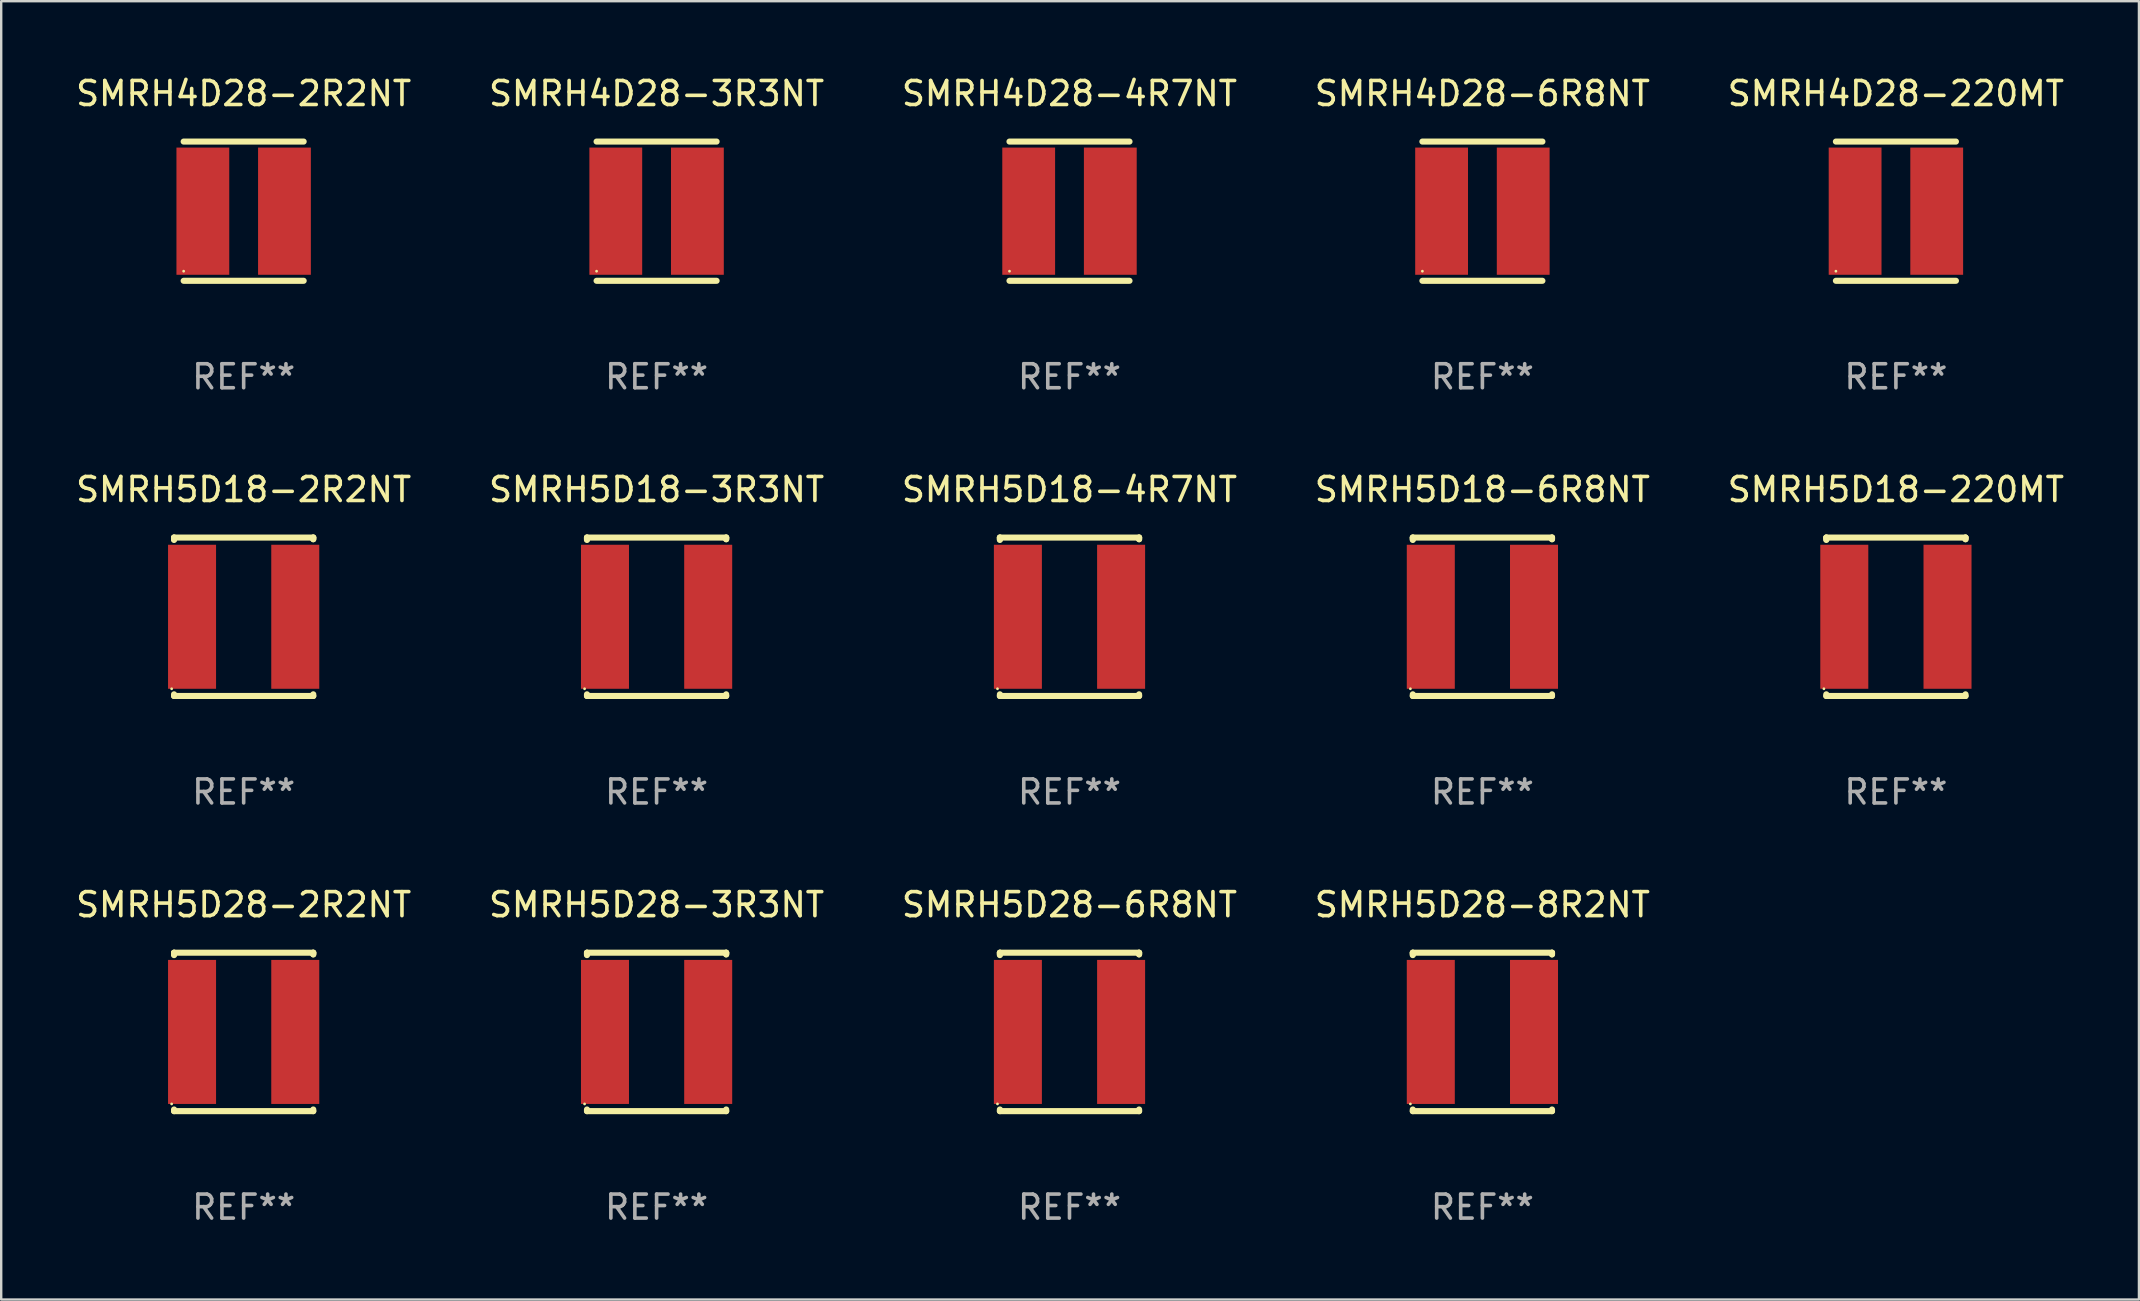
<source format=kicad_pcb>
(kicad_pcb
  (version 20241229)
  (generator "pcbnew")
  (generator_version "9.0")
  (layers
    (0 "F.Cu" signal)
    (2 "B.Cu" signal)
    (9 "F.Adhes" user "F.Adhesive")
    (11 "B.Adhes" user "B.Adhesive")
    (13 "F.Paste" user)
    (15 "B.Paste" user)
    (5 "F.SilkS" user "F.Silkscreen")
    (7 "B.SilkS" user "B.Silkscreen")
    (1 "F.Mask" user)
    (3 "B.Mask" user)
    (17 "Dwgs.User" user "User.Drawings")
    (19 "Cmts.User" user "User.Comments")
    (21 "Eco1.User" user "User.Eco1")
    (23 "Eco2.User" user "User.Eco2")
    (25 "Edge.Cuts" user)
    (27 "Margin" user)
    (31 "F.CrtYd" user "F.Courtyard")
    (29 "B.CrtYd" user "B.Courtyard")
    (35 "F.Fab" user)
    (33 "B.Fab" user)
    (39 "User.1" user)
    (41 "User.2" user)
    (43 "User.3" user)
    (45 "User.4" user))
  (footprint "SMRH4D28-2R2NT"
    (layer "F.Cu")
    (at 7.101 5.748)
    (property "Reference" "SMRH4D28-2R2NT" (at 0 -4.9 0) (layer "F.SilkS") (effects (font (size 1 1) (thickness 0.15))))
    (attr through_hole)
    (fp_line (start -2.5 -2.9) (end 2.5 -2.9) (stroke (width 0.254) (type solid)) (layer "F.SilkS"))
    (fp_line (start -2.5 2.9) (end 2.5 2.9) (stroke (width 0.254) (type solid)) (layer "F.SilkS"))
    (fp_circle (center -2.5 2.5) (end -2.47 2.5) (stroke (width 0.06) (type solid)) (fill no) (layer "F.SilkS"))
    (fp_text user "REF**" (at 0 6.9 0) (layer "F.Fab") (effects (font (size 1 1) (thickness 0.15))))
    (pad "1" smd rect (at -1.7 0) (size 2.2 5.3) (layers "F.Cu" "F.Mask" "F.Paste"))
    (pad "2" smd rect (at 1.7 0) (size 2.2 5.3) (layers "F.Cu" "F.Mask" "F.Paste")))
  (footprint "SMRH5D28-2R2NT"
    (layer "F.Cu")
    (at 7.101 39.941)
    (property "Reference" "SMRH5D28-2R2NT" (at 0 -5.3 0) (layer "F.SilkS") (effects (font (size 1 1) (thickness 0.15))))
    (attr through_hole)
    (fp_line (start -2.9 -3.3) (end -2.9 -3.231) (stroke (width 0.254) (type solid)) (layer "F.SilkS"))
    (fp_line (start -2.9 -3.3) (end -2.9 -3.2) (stroke (width 0.254) (type solid)) (layer "F.SilkS"))
    (fp_line (start -2.9 3.231) (end -2.9 3.3) (stroke (width 0.254) (type solid)) (layer "F.SilkS"))
    (fp_line (start -2.9 3.3) (end 2.9 3.3) (stroke (width 0.254) (type solid)) (layer "F.SilkS"))
    (fp_line (start 2.9 -3.3) (end -2.9 -3.3) (stroke (width 0.254) (type solid)) (layer "F.SilkS"))
    (fp_line (start 2.9 -3.3) (end 2.9 -3.231) (stroke (width 0.254) (type solid)) (layer "F.SilkS"))
    (fp_line (start 2.9 -3.231) (end 2.9 -3.3) (stroke (width 0.254) (type solid)) (layer "F.SilkS"))
    (fp_line (start 2.9 3.3) (end 2.9 3.231) (stroke (width 0.254) (type solid)) (layer "F.SilkS"))
    (fp_circle (center -3 3) (end -2.97 3) (stroke (width 0.06) (type solid)) (fill no) (layer "F.SilkS"))
    (fp_text user "REF**" (at 0 7.3 0) (layer "F.Fab") (effects (font (size 1 1) (thickness 0.15))))
    (pad "1" smd rect (at -2.15 0 90) (size 6 2) (layers "F.Cu" "F.Mask" "F.Paste"))
    (pad "2" smd rect (at 2.15 0 90) (size 6 2) (layers "F.Cu" "F.Mask" "F.Paste")))
  (footprint "SMRH4D28-220MT"
    (layer "F.Cu")
    (at 75.935 5.748)
    (property "Reference" "SMRH4D28-220MT" (at 0 -4.9 0) (layer "F.SilkS") (effects (font (size 1 1) (thickness 0.15))))
    (attr through_hole)
    (fp_line (start -2.5 -2.9) (end 2.5 -2.9) (stroke (width 0.254) (type solid)) (layer "F.SilkS"))
    (fp_line (start -2.5 2.9) (end 2.5 2.9) (stroke (width 0.254) (type solid)) (layer "F.SilkS"))
    (fp_circle (center -2.5 2.5) (end -2.47 2.5) (stroke (width 0.06) (type solid)) (fill no) (layer "F.SilkS"))
    (fp_text user "REF**" (at 0 6.9 0) (layer "F.Fab") (effects (font (size 1 1) (thickness 0.15))))
    (pad "1" smd rect (at -1.7 0) (size 2.2 5.3) (layers "F.Cu" "F.Mask" "F.Paste"))
    (pad "2" smd rect (at 1.7 0) (size 2.2 5.3) (layers "F.Cu" "F.Mask" "F.Paste")))
  (footprint "SMRH5D28-3R3NT"
    (layer "F.Cu")
    (at 24.304 39.941)
    (property "Reference" "SMRH5D28-3R3NT" (at 0 -5.3 0) (layer "F.SilkS") (effects (font (size 1 1) (thickness 0.15))))
    (attr through_hole)
    (fp_line (start -2.9 -3.3) (end -2.9 -3.231) (stroke (width 0.254) (type solid)) (layer "F.SilkS"))
    (fp_line (start -2.9 -3.3) (end -2.9 -3.2) (stroke (width 0.254) (type solid)) (layer "F.SilkS"))
    (fp_line (start -2.9 3.231) (end -2.9 3.3) (stroke (width 0.254) (type solid)) (layer "F.SilkS"))
    (fp_line (start -2.9 3.3) (end 2.9 3.3) (stroke (width 0.254) (type solid)) (layer "F.SilkS"))
    (fp_line (start 2.9 -3.3) (end -2.9 -3.3) (stroke (width 0.254) (type solid)) (layer "F.SilkS"))
    (fp_line (start 2.9 -3.3) (end 2.9 -3.231) (stroke (width 0.254) (type solid)) (layer "F.SilkS"))
    (fp_line (start 2.9 -3.231) (end 2.9 -3.3) (stroke (width 0.254) (type solid)) (layer "F.SilkS"))
    (fp_line (start 2.9 3.3) (end 2.9 3.231) (stroke (width 0.254) (type solid)) (layer "F.SilkS"))
    (fp_circle (center -3 3) (end -2.97 3) (stroke (width 0.06) (type solid)) (fill no) (layer "F.SilkS"))
    (fp_text user "REF**" (at 0 7.3 0) (layer "F.Fab") (effects (font (size 1 1) (thickness 0.15))))
    (pad "1" smd rect (at -2.15 0 90) (size 6 2) (layers "F.Cu" "F.Mask" "F.Paste"))
    (pad "2" smd rect (at 2.15 0 90) (size 6 2) (layers "F.Cu" "F.Mask" "F.Paste")))
  (footprint "SMRH5D18-4R7NT"
    (layer "F.Cu")
    (at 41.506 22.645)
    (property "Reference" "SMRH5D18-4R7NT" (at 0 -5.3 0) (layer "F.SilkS") (effects (font (size 1 1) (thickness 0.15))))
    (attr through_hole)
    (fp_line (start -2.9 -3.3) (end -2.9 -3.231) (stroke (width 0.254) (type solid)) (layer "F.SilkS"))
    (fp_line (start -2.9 -3.3) (end -2.9 -3.2) (stroke (width 0.254) (type solid)) (layer "F.SilkS"))
    (fp_line (start -2.9 3.231) (end -2.9 3.3) (stroke (width 0.254) (type solid)) (layer "F.SilkS"))
    (fp_line (start -2.9 3.3) (end 2.9 3.3) (stroke (width 0.254) (type solid)) (layer "F.SilkS"))
    (fp_line (start 2.9 -3.3) (end -2.9 -3.3) (stroke (width 0.254) (type solid)) (layer "F.SilkS"))
    (fp_line (start 2.9 -3.3) (end 2.9 -3.231) (stroke (width 0.254) (type solid)) (layer "F.SilkS"))
    (fp_line (start 2.9 -3.231) (end 2.9 -3.3) (stroke (width 0.254) (type solid)) (layer "F.SilkS"))
    (fp_line (start 2.9 3.3) (end 2.9 3.231) (stroke (width 0.254) (type solid)) (layer "F.SilkS"))
    (fp_circle (center -3 3) (end -2.97 3) (stroke (width 0.06) (type solid)) (fill no) (layer "F.SilkS"))
    (fp_text user "REF**" (at 0 7.3 0) (layer "F.Fab") (effects (font (size 1 1) (thickness 0.15))))
    (pad "1" smd rect (at -2.15 0 90) (size 6 2) (layers "F.Cu" "F.Mask" "F.Paste"))
    (pad "2" smd rect (at 2.15 0 90) (size 6 2) (layers "F.Cu" "F.Mask" "F.Paste")))
  (footprint "SMRH5D18-220MT"
    (layer "F.Cu")
    (at 75.935 22.645)
    (property "Reference" "SMRH5D18-220MT" (at 0 -5.3 0) (layer "F.SilkS") (effects (font (size 1 1) (thickness 0.15))))
    (attr through_hole)
    (fp_line (start -2.9 -3.3) (end -2.9 -3.231) (stroke (width 0.254) (type solid)) (layer "F.SilkS"))
    (fp_line (start -2.9 -3.3) (end -2.9 -3.2) (stroke (width 0.254) (type solid)) (layer "F.SilkS"))
    (fp_line (start -2.9 3.231) (end -2.9 3.3) (stroke (width 0.254) (type solid)) (layer "F.SilkS"))
    (fp_line (start -2.9 3.3) (end 2.9 3.3) (stroke (width 0.254) (type solid)) (layer "F.SilkS"))
    (fp_line (start 2.9 -3.3) (end -2.9 -3.3) (stroke (width 0.254) (type solid)) (layer "F.SilkS"))
    (fp_line (start 2.9 -3.3) (end 2.9 -3.231) (stroke (width 0.254) (type solid)) (layer "F.SilkS"))
    (fp_line (start 2.9 -3.231) (end 2.9 -3.3) (stroke (width 0.254) (type solid)) (layer "F.SilkS"))
    (fp_line (start 2.9 3.3) (end 2.9 3.231) (stroke (width 0.254) (type solid)) (layer "F.SilkS"))
    (fp_circle (center -3 3) (end -2.97 3) (stroke (width 0.06) (type solid)) (fill no) (layer "F.SilkS"))
    (fp_text user "REF**" (at 0 7.3 0) (layer "F.Fab") (effects (font (size 1 1) (thickness 0.15))))
    (pad "1" smd rect (at -2.15 0 90) (size 6 2) (layers "F.Cu" "F.Mask" "F.Paste"))
    (pad "2" smd rect (at 2.15 0 90) (size 6 2) (layers "F.Cu" "F.Mask" "F.Paste")))
  (footprint "SMRH5D28-8R2NT"
    (layer "F.Cu")
    (at 58.708 39.941)
    (property "Reference" "SMRH5D28-8R2NT" (at 0 -5.3 0) (layer "F.SilkS") (effects (font (size 1 1) (thickness 0.15))))
    (attr through_hole)
    (fp_line (start -2.9 -3.3) (end -2.9 -3.231) (stroke (width 0.254) (type solid)) (layer "F.SilkS"))
    (fp_line (start -2.9 -3.3) (end -2.9 -3.2) (stroke (width 0.254) (type solid)) (layer "F.SilkS"))
    (fp_line (start -2.9 3.231) (end -2.9 3.3) (stroke (width 0.254) (type solid)) (layer "F.SilkS"))
    (fp_line (start -2.9 3.3) (end 2.9 3.3) (stroke (width 0.254) (type solid)) (layer "F.SilkS"))
    (fp_line (start 2.9 -3.3) (end -2.9 -3.3) (stroke (width 0.254) (type solid)) (layer "F.SilkS"))
    (fp_line (start 2.9 -3.3) (end 2.9 -3.231) (stroke (width 0.254) (type solid)) (layer "F.SilkS"))
    (fp_line (start 2.9 -3.231) (end 2.9 -3.3) (stroke (width 0.254) (type solid)) (layer "F.SilkS"))
    (fp_line (start 2.9 3.3) (end 2.9 3.231) (stroke (width 0.254) (type solid)) (layer "F.SilkS"))
    (fp_circle (center -3 3) (end -2.97 3) (stroke (width 0.06) (type solid)) (fill no) (layer "F.SilkS"))
    (fp_text user "REF**" (at 0 7.3 0) (layer "F.Fab") (effects (font (size 1 1) (thickness 0.15))))
    (pad "1" smd rect (at -2.15 0 90) (size 6 2) (layers "F.Cu" "F.Mask" "F.Paste"))
    (pad "2" smd rect (at 2.15 0 90) (size 6 2) (layers "F.Cu" "F.Mask" "F.Paste")))
  (footprint "SMRH5D18-3R3NT"
    (layer "F.Cu")
    (at 24.304 22.645)
    (property "Reference" "SMRH5D18-3R3NT" (at 0 -5.3 0) (layer "F.SilkS") (effects (font (size 1 1) (thickness 0.15))))
    (attr through_hole)
    (fp_line (start -2.9 -3.3) (end -2.9 -3.231) (stroke (width 0.254) (type solid)) (layer "F.SilkS"))
    (fp_line (start -2.9 -3.3) (end -2.9 -3.2) (stroke (width 0.254) (type solid)) (layer "F.SilkS"))
    (fp_line (start -2.9 3.231) (end -2.9 3.3) (stroke (width 0.254) (type solid)) (layer "F.SilkS"))
    (fp_line (start -2.9 3.3) (end 2.9 3.3) (stroke (width 0.254) (type solid)) (layer "F.SilkS"))
    (fp_line (start 2.9 -3.3) (end -2.9 -3.3) (stroke (width 0.254) (type solid)) (layer "F.SilkS"))
    (fp_line (start 2.9 -3.3) (end 2.9 -3.231) (stroke (width 0.254) (type solid)) (layer "F.SilkS"))
    (fp_line (start 2.9 -3.231) (end 2.9 -3.3) (stroke (width 0.254) (type solid)) (layer "F.SilkS"))
    (fp_line (start 2.9 3.3) (end 2.9 3.231) (stroke (width 0.254) (type solid)) (layer "F.SilkS"))
    (fp_circle (center -3 3) (end -2.97 3) (stroke (width 0.06) (type solid)) (fill no) (layer "F.SilkS"))
    (fp_text user "REF**" (at 0 7.3 0) (layer "F.Fab") (effects (font (size 1 1) (thickness 0.15))))
    (pad "1" smd rect (at -2.15 0 90) (size 6 2) (layers "F.Cu" "F.Mask" "F.Paste"))
    (pad "2" smd rect (at 2.15 0 90) (size 6 2) (layers "F.Cu" "F.Mask" "F.Paste")))
  (footprint "SMRH4D28-4R7NT"
    (layer "F.Cu")
    (at 41.506 5.748)
    (property "Reference" "SMRH4D28-4R7NT" (at 0 -4.9 0) (layer "F.SilkS") (effects (font (size 1 1) (thickness 0.15))))
    (attr through_hole)
    (fp_line (start -2.5 -2.9) (end 2.5 -2.9) (stroke (width 0.254) (type solid)) (layer "F.SilkS"))
    (fp_line (start -2.5 2.9) (end 2.5 2.9) (stroke (width 0.254) (type solid)) (layer "F.SilkS"))
    (fp_circle (center -2.5 2.5) (end -2.47 2.5) (stroke (width 0.06) (type solid)) (fill no) (layer "F.SilkS"))
    (fp_text user "REF**" (at 0 6.9 0) (layer "F.Fab") (effects (font (size 1 1) (thickness 0.15))))
    (pad "1" smd rect (at -1.7 0) (size 2.2 5.3) (layers "F.Cu" "F.Mask" "F.Paste"))
    (pad "2" smd rect (at 1.7 0) (size 2.2 5.3) (layers "F.Cu" "F.Mask" "F.Paste")))
  (footprint "SMRH5D18-6R8NT"
    (layer "F.Cu")
    (at 58.708 22.645)
    (property "Reference" "SMRH5D18-6R8NT" (at 0 -5.3 0) (layer "F.SilkS") (effects (font (size 1 1) (thickness 0.15))))
    (attr through_hole)
    (fp_line (start -2.9 -3.3) (end -2.9 -3.231) (stroke (width 0.254) (type solid)) (layer "F.SilkS"))
    (fp_line (start -2.9 -3.3) (end -2.9 -3.2) (stroke (width 0.254) (type solid)) (layer "F.SilkS"))
    (fp_line (start -2.9 3.231) (end -2.9 3.3) (stroke (width 0.254) (type solid)) (layer "F.SilkS"))
    (fp_line (start -2.9 3.3) (end 2.9 3.3) (stroke (width 0.254) (type solid)) (layer "F.SilkS"))
    (fp_line (start 2.9 -3.3) (end -2.9 -3.3) (stroke (width 0.254) (type solid)) (layer "F.SilkS"))
    (fp_line (start 2.9 -3.3) (end 2.9 -3.231) (stroke (width 0.254) (type solid)) (layer "F.SilkS"))
    (fp_line (start 2.9 -3.231) (end 2.9 -3.3) (stroke (width 0.254) (type solid)) (layer "F.SilkS"))
    (fp_line (start 2.9 3.3) (end 2.9 3.231) (stroke (width 0.254) (type solid)) (layer "F.SilkS"))
    (fp_circle (center -3 3) (end -2.97 3) (stroke (width 0.06) (type solid)) (fill no) (layer "F.SilkS"))
    (fp_text user "REF**" (at 0 7.3 0) (layer "F.Fab") (effects (font (size 1 1) (thickness 0.15))))
    (pad "1" smd rect (at -2.15 0 90) (size 6 2) (layers "F.Cu" "F.Mask" "F.Paste"))
    (pad "2" smd rect (at 2.15 0 90) (size 6 2) (layers "F.Cu" "F.Mask" "F.Paste")))
  (footprint "SMRH5D18-2R2NT"
    (layer "F.Cu")
    (at 7.101 22.645)
    (property "Reference" "SMRH5D18-2R2NT" (at 0 -5.3 0) (layer "F.SilkS") (effects (font (size 1 1) (thickness 0.15))))
    (attr through_hole)
    (fp_line (start -2.9 -3.3) (end -2.9 -3.231) (stroke (width 0.254) (type solid)) (layer "F.SilkS"))
    (fp_line (start -2.9 -3.3) (end -2.9 -3.2) (stroke (width 0.254) (type solid)) (layer "F.SilkS"))
    (fp_line (start -2.9 3.231) (end -2.9 3.3) (stroke (width 0.254) (type solid)) (layer "F.SilkS"))
    (fp_line (start -2.9 3.3) (end 2.9 3.3) (stroke (width 0.254) (type solid)) (layer "F.SilkS"))
    (fp_line (start 2.9 -3.3) (end -2.9 -3.3) (stroke (width 0.254) (type solid)) (layer "F.SilkS"))
    (fp_line (start 2.9 -3.3) (end 2.9 -3.231) (stroke (width 0.254) (type solid)) (layer "F.SilkS"))
    (fp_line (start 2.9 -3.231) (end 2.9 -3.3) (stroke (width 0.254) (type solid)) (layer "F.SilkS"))
    (fp_line (start 2.9 3.3) (end 2.9 3.231) (stroke (width 0.254) (type solid)) (layer "F.SilkS"))
    (fp_circle (center -3 3) (end -2.97 3) (stroke (width 0.06) (type solid)) (fill no) (layer "F.SilkS"))
    (fp_text user "REF**" (at 0 7.3 0) (layer "F.Fab") (effects (font (size 1 1) (thickness 0.15))))
    (pad "1" smd rect (at -2.15 0 90) (size 6 2) (layers "F.Cu" "F.Mask" "F.Paste"))
    (pad "2" smd rect (at 2.15 0 90) (size 6 2) (layers "F.Cu" "F.Mask" "F.Paste")))
  (footprint "SMRH4D28-3R3NT"
    (layer "F.Cu")
    (at 24.304 5.748)
    (property "Reference" "SMRH4D28-3R3NT" (at 0 -4.9 0) (layer "F.SilkS") (effects (font (size 1 1) (thickness 0.15))))
    (attr through_hole)
    (fp_line (start -2.5 -2.9) (end 2.5 -2.9) (stroke (width 0.254) (type solid)) (layer "F.SilkS"))
    (fp_line (start -2.5 2.9) (end 2.5 2.9) (stroke (width 0.254) (type solid)) (layer "F.SilkS"))
    (fp_circle (center -2.5 2.5) (end -2.47 2.5) (stroke (width 0.06) (type solid)) (fill no) (layer "F.SilkS"))
    (fp_text user "REF**" (at 0 6.9 0) (layer "F.Fab") (effects (font (size 1 1) (thickness 0.15))))
    (pad "1" smd rect (at -1.7 0) (size 2.2 5.3) (layers "F.Cu" "F.Mask" "F.Paste"))
    (pad "2" smd rect (at 1.7 0) (size 2.2 5.3) (layers "F.Cu" "F.Mask" "F.Paste")))
  (footprint "SMRH4D28-6R8NT"
    (layer "F.Cu")
    (at 58.708 5.748)
    (property "Reference" "SMRH4D28-6R8NT" (at 0 -4.9 0) (layer "F.SilkS") (effects (font (size 1 1) (thickness 0.15))))
    (attr through_hole)
    (fp_line (start -2.5 -2.9) (end 2.5 -2.9) (stroke (width 0.254) (type solid)) (layer "F.SilkS"))
    (fp_line (start -2.5 2.9) (end 2.5 2.9) (stroke (width 0.254) (type solid)) (layer "F.SilkS"))
    (fp_circle (center -2.5 2.5) (end -2.47 2.5) (stroke (width 0.06) (type solid)) (fill no) (layer "F.SilkS"))
    (fp_text user "REF**" (at 0 6.9 0) (layer "F.Fab") (effects (font (size 1 1) (thickness 0.15))))
    (pad "1" smd rect (at -1.7 0) (size 2.2 5.3) (layers "F.Cu" "F.Mask" "F.Paste"))
    (pad "2" smd rect (at 1.7 0) (size 2.2 5.3) (layers "F.Cu" "F.Mask" "F.Paste")))
  (footprint "SMRH5D28-6R8NT"
    (layer "F.Cu")
    (at 41.506 39.941)
    (property "Reference" "SMRH5D28-6R8NT" (at 0 -5.3 0) (layer "F.SilkS") (effects (font (size 1 1) (thickness 0.15))))
    (attr through_hole)
    (fp_line (start -2.9 -3.3) (end -2.9 -3.231) (stroke (width 0.254) (type solid)) (layer "F.SilkS"))
    (fp_line (start -2.9 -3.3) (end -2.9 -3.2) (stroke (width 0.254) (type solid)) (layer "F.SilkS"))
    (fp_line (start -2.9 3.231) (end -2.9 3.3) (stroke (width 0.254) (type solid)) (layer "F.SilkS"))
    (fp_line (start -2.9 3.3) (end 2.9 3.3) (stroke (width 0.254) (type solid)) (layer "F.SilkS"))
    (fp_line (start 2.9 -3.3) (end -2.9 -3.3) (stroke (width 0.254) (type solid)) (layer "F.SilkS"))
    (fp_line (start 2.9 -3.3) (end 2.9 -3.231) (stroke (width 0.254) (type solid)) (layer "F.SilkS"))
    (fp_line (start 2.9 -3.231) (end 2.9 -3.3) (stroke (width 0.254) (type solid)) (layer "F.SilkS"))
    (fp_line (start 2.9 3.3) (end 2.9 3.231) (stroke (width 0.254) (type solid)) (layer "F.SilkS"))
    (fp_circle (center -3 3) (end -2.97 3) (stroke (width 0.06) (type solid)) (fill no) (layer "F.SilkS"))
    (fp_text user "REF**" (at 0 7.3 0) (layer "F.Fab") (effects (font (size 1 1) (thickness 0.15))))
    (pad "1" smd rect (at -2.15 0 90) (size 6 2) (layers "F.Cu" "F.Mask" "F.Paste"))
    (pad "2" smd rect (at 2.15 0 90) (size 6 2) (layers "F.Cu" "F.Mask" "F.Paste")))
  (gr_rect
    (start -3 -3)
    (end 86.06 51.09)
    (stroke (width 0.1) (type default))
    (fill no)
    (layer "Edge.Cuts")))
</source>
